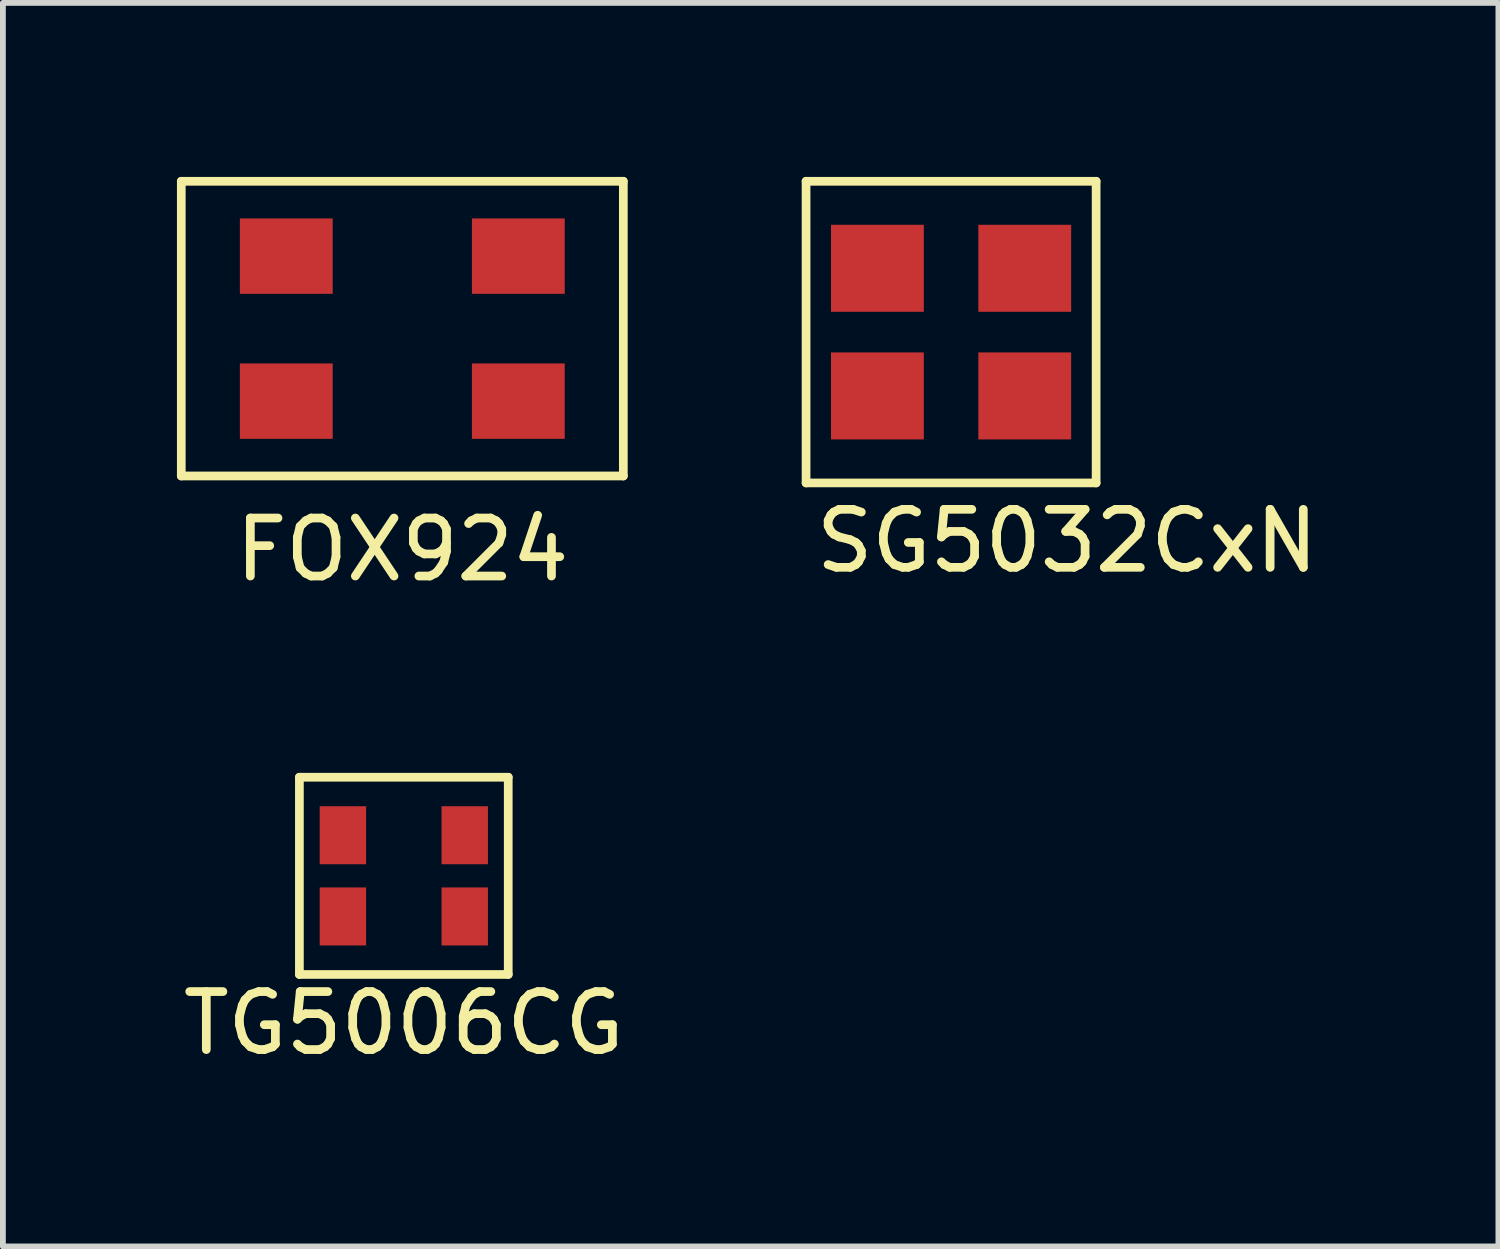
<source format=kicad_pcb>
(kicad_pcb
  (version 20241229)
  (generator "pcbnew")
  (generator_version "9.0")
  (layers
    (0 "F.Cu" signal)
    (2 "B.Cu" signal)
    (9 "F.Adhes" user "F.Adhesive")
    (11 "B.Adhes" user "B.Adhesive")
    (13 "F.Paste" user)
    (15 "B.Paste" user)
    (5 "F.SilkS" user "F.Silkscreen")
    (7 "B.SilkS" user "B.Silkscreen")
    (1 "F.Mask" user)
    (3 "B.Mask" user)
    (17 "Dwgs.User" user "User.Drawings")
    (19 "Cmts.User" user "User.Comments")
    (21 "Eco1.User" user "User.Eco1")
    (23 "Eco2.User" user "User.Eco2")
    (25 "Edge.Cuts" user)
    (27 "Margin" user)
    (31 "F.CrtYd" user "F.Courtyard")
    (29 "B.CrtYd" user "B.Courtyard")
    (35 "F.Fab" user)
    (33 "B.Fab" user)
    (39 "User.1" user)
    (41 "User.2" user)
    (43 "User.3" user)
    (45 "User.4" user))
  (footprint "TG5006CG"
    (layer "F.Cu")
    (at 3.911 12.048)
    (property "Reference" "TG5006CG" (at 0 2.54 0) (layer "F.SilkS") (effects (font (size 1 1) (thickness 0.15))))
    (attr through_hole)
    (fp_line (start -1.8 -1.7) (end -1.8 1.7) (stroke (width 0.15) (type solid)) (layer "F.SilkS"))
    (fp_line (start -1.8 1.7) (end 1.8 1.7) (stroke (width 0.15) (type solid)) (layer "F.SilkS"))
    (fp_line (start 1.8 -1.7) (end -1.8 -1.7) (stroke (width 0.15) (type solid)) (layer "F.SilkS"))
    (fp_line (start 1.8 1.7) (end 1.8 -1.7) (stroke (width 0.15) (type solid)) (layer "F.SilkS"))
    (pad "1" smd rect (at -1.05 0.7) (size 0.8 1) (layers "F.Cu" "F.Mask" "F.Paste"))
    (pad "2" smd rect (at 1.05 0.7) (size 0.8 1) (layers "F.Cu" "F.Mask" "F.Paste"))
    (pad "3" smd rect (at 1.05 -0.7) (size 0.8 1) (layers "F.Cu" "F.Mask" "F.Paste"))
    (pad "4" smd rect (at -1.05 -0.7) (size 0.8 1) (layers "F.Cu" "F.Mask" "F.Paste")))
  (footprint "FOX924"
    (layer "F.Cu")
    (at 3.885 2.615)
    (property "Reference" "FOX924" (at 0 3.81 0) (layer "F.SilkS") (effects (font (size 1 1) (thickness 0.15))))
    (attr through_hole)
    (fp_line (start -3.81 -2.54) (end -3.81 2.54) (stroke (width 0.15) (type solid)) (layer "F.SilkS"))
    (fp_line (start -3.81 2.54) (end 3.81 2.54) (stroke (width 0.15) (type solid)) (layer "F.SilkS"))
    (fp_line (start 3.81 -2.54) (end -3.81 -2.54) (stroke (width 0.15) (type solid)) (layer "F.SilkS"))
    (fp_line (start 3.81 2.54) (end 3.81 -2.54) (stroke (width 0.15) (type solid)) (layer "F.SilkS"))
    (pad "1" smd rect (at -2 1.25) (size 1.6 1.3) (layers "F.Cu" "F.Mask" "F.Paste"))
    (pad "2" smd rect (at 2 1.25) (size 1.6 1.3) (layers "F.Cu" "F.Mask" "F.Paste"))
    (pad "3" smd rect (at 2 -1.25) (size 1.6 1.3) (layers "F.Cu" "F.Mask" "F.Paste"))
    (pad "4" smd rect (at -2 -1.25) (size 1.6 1.3) (layers "F.Cu" "F.Mask" "F.Paste")))
  (footprint "SG5032CxN"
    (layer "F.Cu")
    (at 13.345 2.675)
    (property "Reference" "SG5032CxN" (at 2 3.6 0) (layer "F.SilkS") (effects (font (size 1 1) (thickness 0.15))))
    (attr through_hole)
    (fp_line (start -2.5 -2.6) (end -2.5 2.6) (stroke (width 0.15) (type solid)) (layer "F.SilkS"))
    (fp_line (start -2.5 -2.6) (end 2.5 -2.6) (stroke (width 0.15) (type solid)) (layer "F.SilkS"))
    (fp_line (start -2.5 2.6) (end 2.5 2.6) (stroke (width 0.15) (type solid)) (layer "F.SilkS"))
    (fp_line (start 2.5 2.6) (end 2.5 -2.6) (stroke (width 0.15) (type solid)) (layer "F.SilkS"))
    (pad "1" smd rect (at -1.27 1.1) (size 1.6 1.5) (layers "F.Cu" "F.Mask" "F.Paste"))
    (pad "2" smd rect (at 1.27 1.1) (size 1.6 1.5) (layers "F.Cu" "F.Mask" "F.Paste"))
    (pad "3" smd rect (at 1.27 -1.1) (size 1.6 1.5) (layers "F.Cu" "F.Mask" "F.Paste"))
    (pad "4" smd rect (at -1.27 -1.1) (size 1.6 1.5) (layers "F.Cu" "F.Mask" "F.Paste")))
  (gr_rect
    (start -3 -3)
    (end 22.78 18.436)
    (stroke (width 0.1) (type default))
    (fill no)
    (layer "Edge.Cuts")))
</source>
